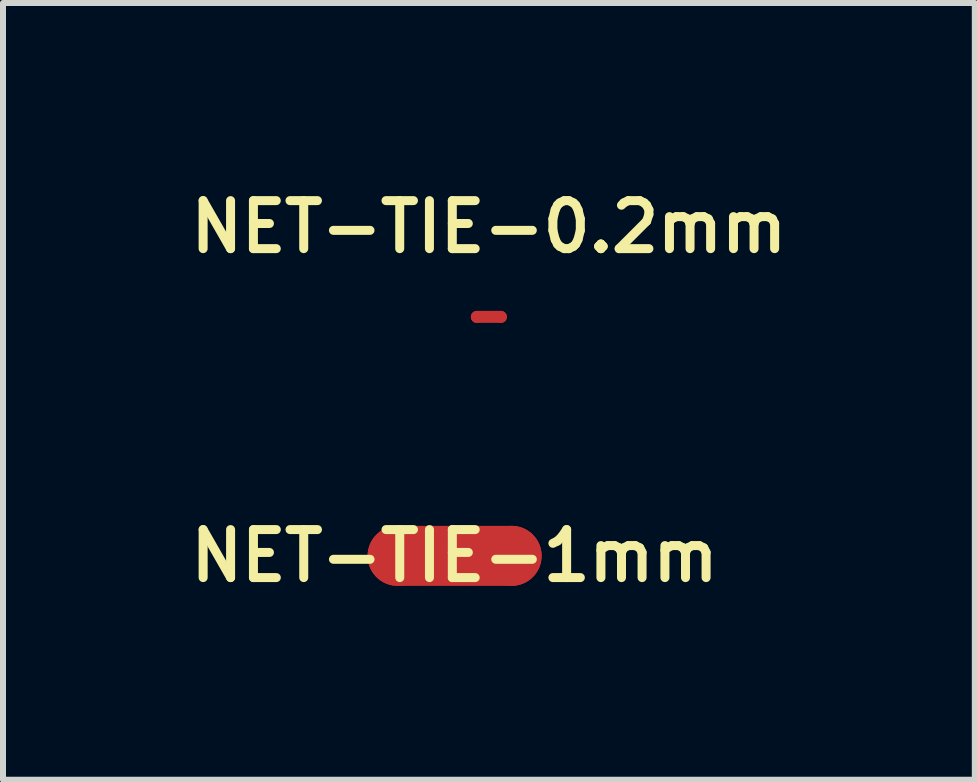
<source format=kicad_pcb>
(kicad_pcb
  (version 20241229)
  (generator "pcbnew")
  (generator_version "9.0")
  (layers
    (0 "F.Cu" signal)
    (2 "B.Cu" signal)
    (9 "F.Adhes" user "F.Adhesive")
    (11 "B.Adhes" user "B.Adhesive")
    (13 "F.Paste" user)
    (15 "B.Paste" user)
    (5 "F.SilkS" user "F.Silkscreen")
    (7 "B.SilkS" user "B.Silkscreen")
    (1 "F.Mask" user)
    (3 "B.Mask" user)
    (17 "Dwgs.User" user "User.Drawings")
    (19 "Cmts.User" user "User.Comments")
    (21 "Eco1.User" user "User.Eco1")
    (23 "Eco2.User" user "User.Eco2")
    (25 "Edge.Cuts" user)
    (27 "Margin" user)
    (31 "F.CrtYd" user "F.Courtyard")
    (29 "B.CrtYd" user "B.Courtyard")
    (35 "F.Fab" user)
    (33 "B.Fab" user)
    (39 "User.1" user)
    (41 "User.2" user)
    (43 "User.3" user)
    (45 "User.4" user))
  (footprint "NET-TIE-1mm"
    (layer "F.Cu")
    (at 4.526 6.213)
    (property "Reference" "NET-TIE-1mm" (at 0 0 0) (layer "F.SilkS") (effects (font (size 0.8 0.8) (thickness 0.15))))
    (attr through_hole)
    (fp_line (start -0.95 0) (end 0.95 0) (stroke (width 1) (type solid)) (layer "F.Cu"))
    (pad "1" smd circle (at -0.95 0) (size 1 1) (layers "F.Cu"))
    (pad "2" smd circle (at 0.95 0) (size 1 1) (layers "F.Cu")))
  (footprint "NET-TIE-0.2mm"
    (layer "F.Cu")
    (at 5.097 2.231)
    (property "Reference" "NET-TIE-0.2mm" (at 0 -1.5 0) (layer "F.SilkS") (effects (font (size 0.8 0.8) (thickness 0.15))))
    (attr through_hole)
    (fp_line (start -0.2 0) (end 0.2 0) (stroke (width 0.2) (type solid)) (layer "F.Cu"))
    (pad "1" smd circle (at -0.2 0) (size 0.2 0.2) (layers "F.Cu"))
    (pad "2" smd circle (at 0.2 0) (size 0.2 0.2) (layers "F.Cu")))
  (gr_rect
    (start -3 -3)
    (end 13.195 9.944)
    (stroke (width 0.1) (type default))
    (fill no)
    (layer "Edge.Cuts")))
</source>
